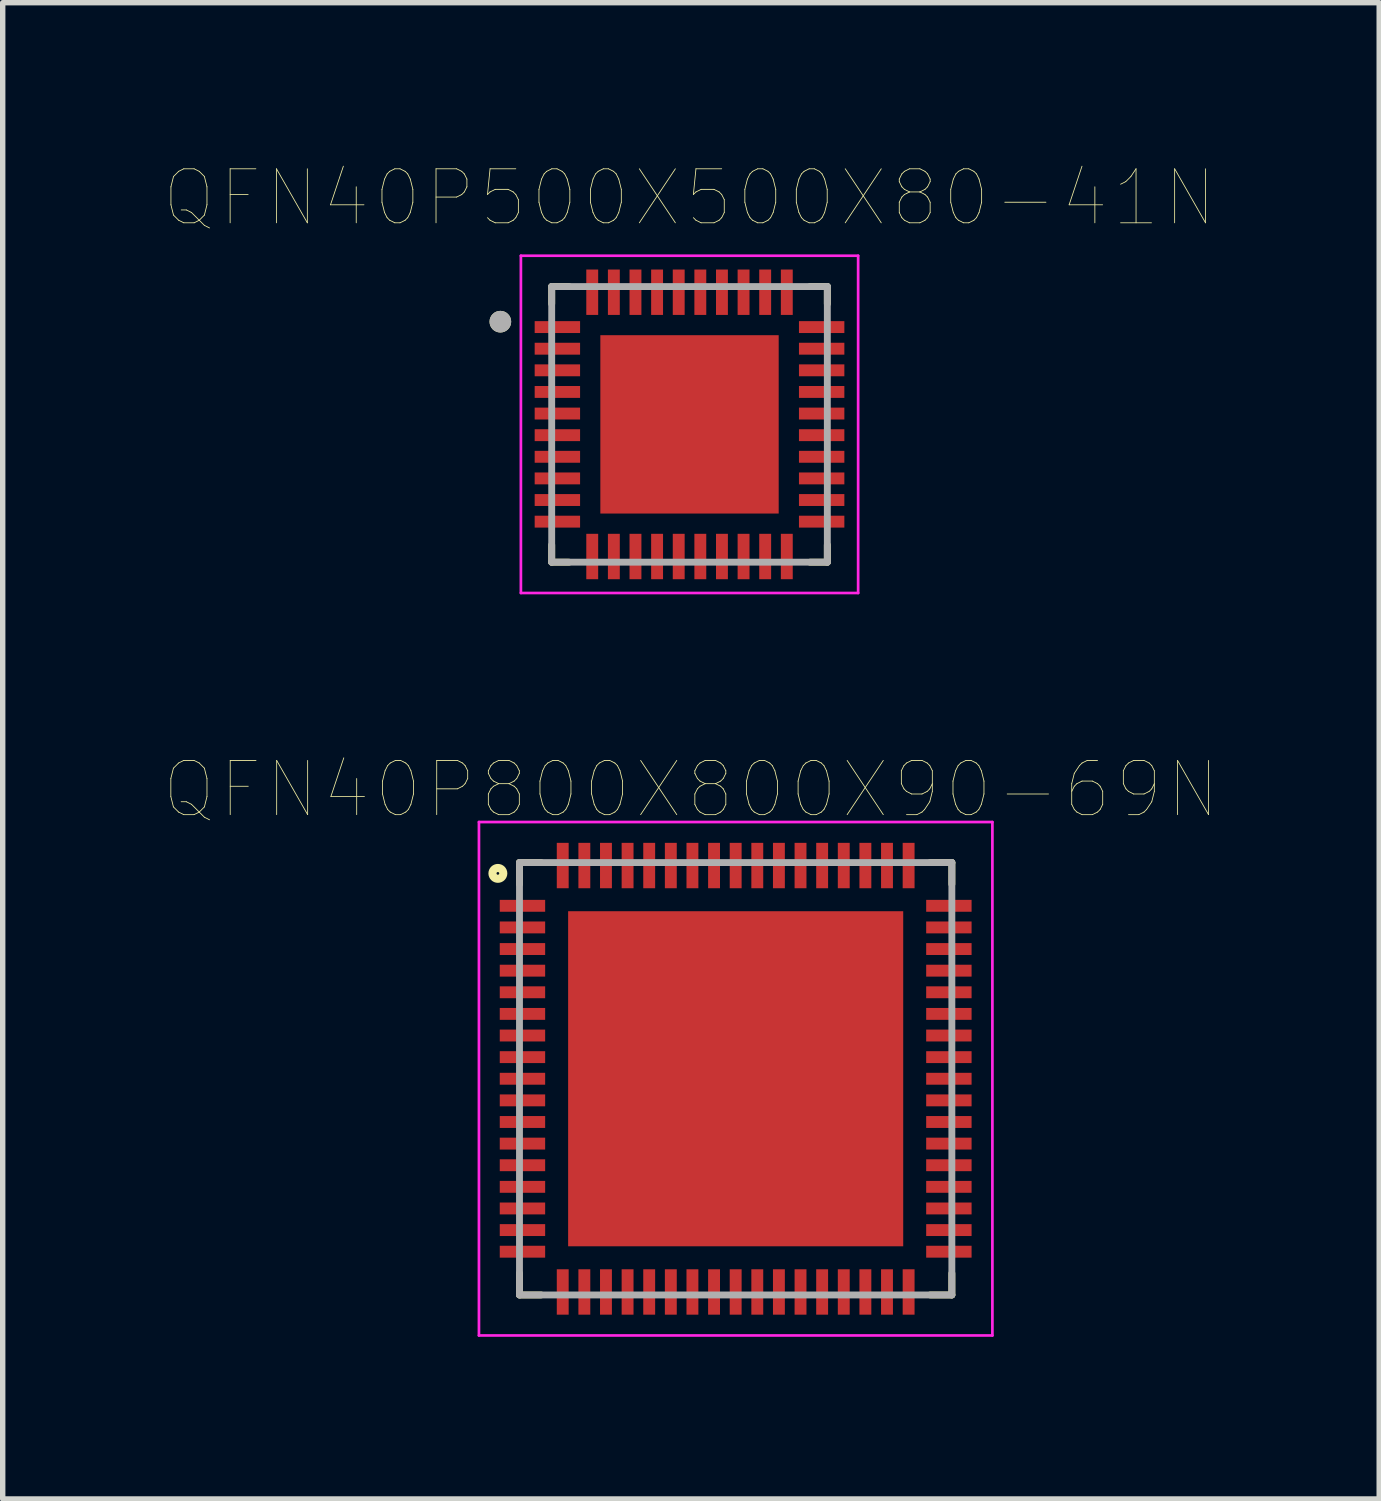
<source format=kicad_pcb>
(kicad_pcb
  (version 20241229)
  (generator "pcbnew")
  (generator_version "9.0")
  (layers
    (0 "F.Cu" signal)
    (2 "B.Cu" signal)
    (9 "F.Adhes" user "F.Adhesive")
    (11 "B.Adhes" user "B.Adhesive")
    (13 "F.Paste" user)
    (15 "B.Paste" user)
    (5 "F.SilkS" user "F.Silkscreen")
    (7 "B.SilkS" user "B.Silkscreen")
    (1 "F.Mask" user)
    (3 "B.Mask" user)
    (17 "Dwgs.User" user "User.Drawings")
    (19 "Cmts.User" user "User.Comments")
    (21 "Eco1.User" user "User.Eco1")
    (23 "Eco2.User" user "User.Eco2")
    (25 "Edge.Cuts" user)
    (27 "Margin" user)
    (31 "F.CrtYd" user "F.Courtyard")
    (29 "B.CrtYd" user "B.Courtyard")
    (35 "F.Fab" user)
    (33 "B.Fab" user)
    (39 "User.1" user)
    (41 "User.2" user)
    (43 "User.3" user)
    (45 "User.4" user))
  (footprint "QFN40P500X500X80-41N"
    (layer "F.Cu")
    (at 9.708 4.802)
    (property "Reference" "QFN40P500X500X80-41N" (at 0 -4.191 0) (layer "F.SilkS") (effects (font (size 1 1) (thickness 0.015))))
    (attr through_hole)
    (fp_line (start -2.55 -2.55) (end -2.55 -2.23) (stroke (width 0.127) (type solid)) (layer "F.SilkS"))
    (fp_line (start -2.55 2.23) (end -2.55 2.55) (stroke (width 0.127) (type solid)) (layer "F.SilkS"))
    (fp_line (start -2.55 2.55) (end -2.23 2.55) (stroke (width 0.127) (type solid)) (layer "F.SilkS"))
    (fp_line (start -2.23 -2.55) (end -2.55 -2.55) (stroke (width 0.127) (type solid)) (layer "F.SilkS"))
    (fp_line (start 2.23 -2.55) (end 2.55 -2.55) (stroke (width 0.127) (type solid)) (layer "F.SilkS"))
    (fp_line (start 2.23 2.55) (end 2.55 2.55) (stroke (width 0.127) (type solid)) (layer "F.SilkS"))
    (fp_line (start 2.55 -2.55) (end 2.55 -2.23) (stroke (width 0.127) (type solid)) (layer "F.SilkS"))
    (fp_line (start 2.55 2.55) (end 2.55 2.23) (stroke (width 0.127) (type solid)) (layer "F.SilkS"))
    (fp_circle (center -3.5 -1.9) (end -3.4 -1.9) (stroke (width 0.2) (type solid)) (fill no) (layer "F.SilkS"))
    (fp_poly (pts (xy -1.33 -1.33) (xy -0.16 -1.33) (xy -0.16 -0.16) (xy -1.33 -0.16)) (stroke (width 0.01) (type solid)) (fill yes) (layer "F.Paste"))
    (fp_poly (pts (xy -1.33 0.16) (xy -0.16 0.16) (xy -0.16 1.33) (xy -1.33 1.33)) (stroke (width 0.01) (type solid)) (fill yes) (layer "F.Paste"))
    (fp_poly (pts (xy 0.16 -1.33) (xy 1.33 -1.33) (xy 1.33 -0.16) (xy 0.16 -0.16)) (stroke (width 0.01) (type solid)) (fill yes) (layer "F.Paste"))
    (fp_poly (pts (xy 0.16 0.16) (xy 1.33 0.16) (xy 1.33 1.33) (xy 0.16 1.33)) (stroke (width 0.01) (type solid)) (fill yes) (layer "F.Paste"))
    (fp_line (start -3.12 -3.12) (end 3.12 -3.12) (stroke (width 0.05) (type solid)) (layer "F.CrtYd"))
    (fp_line (start -3.12 3.12) (end -3.12 -3.12) (stroke (width 0.05) (type solid)) (layer "F.CrtYd"))
    (fp_line (start 3.12 -3.12) (end 3.12 3.12) (stroke (width 0.05) (type solid)) (layer "F.CrtYd"))
    (fp_line (start 3.12 3.12) (end -3.12 3.12) (stroke (width 0.05) (type solid)) (layer "F.CrtYd"))
    (fp_line (start -2.55 -2.55) (end 2.55 -2.55) (stroke (width 0.127) (type solid)) (layer "F.Fab"))
    (fp_line (start -2.55 2.55) (end -2.55 -2.55) (stroke (width 0.127) (type solid)) (layer "F.Fab"))
    (fp_line (start 2.55 -2.55) (end 2.55 2.55) (stroke (width 0.127) (type solid)) (layer "F.Fab"))
    (fp_line (start 2.55 2.55) (end -2.55 2.55) (stroke (width 0.127) (type solid)) (layer "F.Fab"))
    (fp_circle (center -3.5 -1.9) (end -3.4 -1.9) (stroke (width 0.2) (type solid)) (fill no) (layer "F.Fab"))
    (pad "1" smd rect (at -2.445 -1.8) (size 0.84 0.22) (layers "F.Cu" "F.Mask" "F.Paste"))
    (pad "2" smd rect (at -2.445 -1.4) (size 0.84 0.22) (layers "F.Cu" "F.Mask" "F.Paste"))
    (pad "3" smd rect (at -2.445 -1) (size 0.84 0.22) (layers "F.Cu" "F.Mask" "F.Paste"))
    (pad "4" smd rect (at -2.445 -0.6) (size 0.84 0.22) (layers "F.Cu" "F.Mask" "F.Paste"))
    (pad "5" smd rect (at -2.445 -0.2) (size 0.84 0.22) (layers "F.Cu" "F.Mask" "F.Paste"))
    (pad "6" smd rect (at -2.445 0.2) (size 0.84 0.22) (layers "F.Cu" "F.Mask" "F.Paste"))
    (pad "7" smd rect (at -2.445 0.6) (size 0.84 0.22) (layers "F.Cu" "F.Mask" "F.Paste"))
    (pad "8" smd rect (at -2.445 1) (size 0.84 0.22) (layers "F.Cu" "F.Mask" "F.Paste"))
    (pad "9" smd rect (at -2.445 1.4) (size 0.84 0.22) (layers "F.Cu" "F.Mask" "F.Paste"))
    (pad "10" smd rect (at -2.445 1.8) (size 0.84 0.22) (layers "F.Cu" "F.Mask" "F.Paste"))
    (pad "11" smd rect (at -1.8 2.445) (size 0.22 0.84) (layers "F.Cu" "F.Mask" "F.Paste"))
    (pad "12" smd rect (at -1.4 2.445) (size 0.22 0.84) (layers "F.Cu" "F.Mask" "F.Paste"))
    (pad "13" smd rect (at -1 2.445) (size 0.22 0.84) (layers "F.Cu" "F.Mask" "F.Paste"))
    (pad "14" smd rect (at -0.6 2.445) (size 0.22 0.84) (layers "F.Cu" "F.Mask" "F.Paste"))
    (pad "15" smd rect (at -0.2 2.445) (size 0.22 0.84) (layers "F.Cu" "F.Mask" "F.Paste"))
    (pad "16" smd rect (at 0.2 2.445) (size 0.22 0.84) (layers "F.Cu" "F.Mask" "F.Paste"))
    (pad "17" smd rect (at 0.6 2.445) (size 0.22 0.84) (layers "F.Cu" "F.Mask" "F.Paste"))
    (pad "18" smd rect (at 1 2.445) (size 0.22 0.84) (layers "F.Cu" "F.Mask" "F.Paste"))
    (pad "19" smd rect (at 1.4 2.445) (size 0.22 0.84) (layers "F.Cu" "F.Mask" "F.Paste"))
    (pad "20" smd rect (at 1.8 2.445) (size 0.22 0.84) (layers "F.Cu" "F.Mask" "F.Paste"))
    (pad "21" smd rect (at 2.445 1.8) (size 0.84 0.22) (layers "F.Cu" "F.Mask" "F.Paste"))
    (pad "22" smd rect (at 2.445 1.4) (size 0.84 0.22) (layers "F.Cu" "F.Mask" "F.Paste"))
    (pad "23" smd rect (at 2.445 1) (size 0.84 0.22) (layers "F.Cu" "F.Mask" "F.Paste"))
    (pad "24" smd rect (at 2.445 0.6) (size 0.84 0.22) (layers "F.Cu" "F.Mask" "F.Paste"))
    (pad "25" smd rect (at 2.445 0.2) (size 0.84 0.22) (layers "F.Cu" "F.Mask" "F.Paste"))
    (pad "26" smd rect (at 2.445 -0.2) (size 0.84 0.22) (layers "F.Cu" "F.Mask" "F.Paste"))
    (pad "27" smd rect (at 2.445 -0.6) (size 0.84 0.22) (layers "F.Cu" "F.Mask" "F.Paste"))
    (pad "28" smd rect (at 2.445 -1) (size 0.84 0.22) (layers "F.Cu" "F.Mask" "F.Paste"))
    (pad "29" smd rect (at 2.445 -1.4) (size 0.84 0.22) (layers "F.Cu" "F.Mask" "F.Paste"))
    (pad "30" smd rect (at 2.445 -1.8) (size 0.84 0.22) (layers "F.Cu" "F.Mask" "F.Paste"))
    (pad "31" smd rect (at 1.8 -2.445) (size 0.22 0.84) (layers "F.Cu" "F.Mask" "F.Paste"))
    (pad "32" smd rect (at 1.4 -2.445) (size 0.22 0.84) (layers "F.Cu" "F.Mask" "F.Paste"))
    (pad "33" smd rect (at 1 -2.445) (size 0.22 0.84) (layers "F.Cu" "F.Mask" "F.Paste"))
    (pad "34" smd rect (at 0.6 -2.445) (size 0.22 0.84) (layers "F.Cu" "F.Mask" "F.Paste"))
    (pad "35" smd rect (at 0.2 -2.445) (size 0.22 0.84) (layers "F.Cu" "F.Mask" "F.Paste"))
    (pad "36" smd rect (at -0.2 -2.445) (size 0.22 0.84) (layers "F.Cu" "F.Mask" "F.Paste"))
    (pad "37" smd rect (at -0.6 -2.445) (size 0.22 0.84) (layers "F.Cu" "F.Mask" "F.Paste"))
    (pad "38" smd rect (at -1 -2.445) (size 0.22 0.84) (layers "F.Cu" "F.Mask" "F.Paste"))
    (pad "39" smd rect (at -1.4 -2.445) (size 0.22 0.84) (layers "F.Cu" "F.Mask" "F.Paste"))
    (pad "40" smd rect (at -1.8 -2.445) (size 0.22 0.84) (layers "F.Cu" "F.Mask" "F.Paste"))
    (pad "41" smd rect (at 0 0) (size 3.3 3.3) (layers "F.Cu" "F.Mask")))
  (footprint "QFN40P800X800X90-69N"
    (layer "F.Cu")
    (at 10.562 16.91)
    (property "Reference" "QFN40P800X800X90-69N" (at -0.827 -5.35 0) (layer "F.SilkS") (effects (font (size 1.003 1.003) (thickness 0.015))))
    (attr through_hole)
    (fp_line (start -4 -4) (end -4 -3.6) (stroke (width 0.127) (type solid)) (layer "F.SilkS"))
    (fp_line (start -4 -4) (end -3.6 -4) (stroke (width 0.127) (type solid)) (layer "F.SilkS"))
    (fp_line (start -4 4) (end -4 3.6) (stroke (width 0.127) (type solid)) (layer "F.SilkS"))
    (fp_line (start -4 4) (end -3.6 4) (stroke (width 0.127) (type solid)) (layer "F.SilkS"))
    (fp_line (start 4 -4) (end 3.6 -4) (stroke (width 0.127) (type solid)) (layer "F.SilkS"))
    (fp_line (start 4 -4) (end 4 -3.6) (stroke (width 0.127) (type solid)) (layer "F.SilkS"))
    (fp_line (start 4 4) (end 3.6 4) (stroke (width 0.127) (type solid)) (layer "F.SilkS"))
    (fp_line (start 4 4) (end 4 3.6) (stroke (width 0.127) (type solid)) (layer "F.SilkS"))
    (fp_circle (center -4.4 -3.8) (end -4.3 -3.8) (stroke (width 0.15) (type solid)) (fill no) (layer "F.SilkS"))
    (fp_poly (pts (xy -2.806 -0.73) (xy -1.34 -0.73) (xy -1.34 0.732) (xy -2.806 0.732)) (stroke (width 0.01) (type solid)) (fill yes) (layer "F.Paste"))
    (fp_poly (pts (xy -2.806 -2.8) (xy -1.34 -2.8) (xy -1.34 -1.343) (xy -2.806 -1.343)) (stroke (width 0.01) (type solid)) (fill yes) (layer "F.Paste"))
    (fp_poly (pts (xy -2.803 1.34) (xy -1.34 1.34) (xy -1.34 2.803) (xy -2.803 2.803)) (stroke (width 0.01) (type solid)) (fill yes) (layer "F.Paste"))
    (fp_poly (pts (xy -0.732 1.34) (xy 0.73 1.34) (xy 0.73 2.807) (xy -0.732 2.807)) (stroke (width 0.01) (type solid)) (fill yes) (layer "F.Paste"))
    (fp_poly (pts (xy -0.731 -0.73) (xy 0.73 -0.73) (xy 0.73 0.731) (xy -0.731 0.731)) (stroke (width 0.01) (type solid)) (fill yes) (layer "F.Paste"))
    (fp_poly (pts (xy -0.731 -2.8) (xy 0.73 -2.8) (xy 0.73 -1.342) (xy -0.731 -1.342)) (stroke (width 0.01) (type solid)) (fill yes) (layer "F.Paste"))
    (fp_poly (pts (xy 1.341 -0.73) (xy 2.8 -0.73) (xy 2.8 0.731) (xy 1.341 0.731)) (stroke (width 0.01) (type solid)) (fill yes) (layer "F.Paste"))
    (fp_poly (pts (xy 1.343 -2.8) (xy 2.8 -2.8) (xy 2.8 -1.343) (xy 1.343 -1.343)) (stroke (width 0.01) (type solid)) (fill yes) (layer "F.Paste"))
    (fp_poly (pts (xy 1.343 1.34) (xy 2.8 1.34) (xy 2.8 2.806) (xy 1.343 2.806)) (stroke (width 0.01) (type solid)) (fill yes) (layer "F.Paste"))
    (fp_poly (pts (xy 1.343 -0.73) (xy 2.8 -0.73) (xy 2.8 0.732) (xy 1.343 0.732)) (stroke (width 0.01) (type solid)) (fill yes) (layer "F.Paste"))
    (fp_line (start -4.75 -4.75) (end -4.75 4.75) (stroke (width 0.05) (type solid)) (layer "F.CrtYd"))
    (fp_line (start -4.75 4.75) (end 4.75 4.75) (stroke (width 0.05) (type solid)) (layer "F.CrtYd"))
    (fp_line (start 4.75 -4.75) (end -4.75 -4.75) (stroke (width 0.05) (type solid)) (layer "F.CrtYd"))
    (fp_line (start 4.75 4.75) (end 4.75 -4.75) (stroke (width 0.05) (type solid)) (layer "F.CrtYd"))
    (fp_line (start -4 -4) (end 4 -4) (stroke (width 0.127) (type solid)) (layer "F.Fab"))
    (fp_line (start -4 4) (end -4 -4) (stroke (width 0.127) (type solid)) (layer "F.Fab"))
    (fp_line (start 4 -4) (end 4 4) (stroke (width 0.127) (type solid)) (layer "F.Fab"))
    (fp_line (start 4 4) (end -4 4) (stroke (width 0.127) (type solid)) (layer "F.Fab"))
    (pad "1" smd rect (at -3.945 -3.2) (size 0.84 0.22) (layers "F.Cu" "F.Mask" "F.Paste"))
    (pad "2" smd rect (at -3.945 -2.8) (size 0.84 0.22) (layers "F.Cu" "F.Mask" "F.Paste"))
    (pad "3" smd rect (at -3.945 -2.4) (size 0.84 0.22) (layers "F.Cu" "F.Mask" "F.Paste"))
    (pad "4" smd rect (at -3.945 -2) (size 0.84 0.22) (layers "F.Cu" "F.Mask" "F.Paste"))
    (pad "5" smd rect (at -3.945 -1.6) (size 0.84 0.22) (layers "F.Cu" "F.Mask" "F.Paste"))
    (pad "6" smd rect (at -3.945 -1.2) (size 0.84 0.22) (layers "F.Cu" "F.Mask" "F.Paste"))
    (pad "7" smd rect (at -3.945 -0.8) (size 0.84 0.22) (layers "F.Cu" "F.Mask" "F.Paste"))
    (pad "8" smd rect (at -3.945 -0.4) (size 0.84 0.22) (layers "F.Cu" "F.Mask" "F.Paste"))
    (pad "9" smd rect (at -3.945 0) (size 0.84 0.22) (layers "F.Cu" "F.Mask" "F.Paste"))
    (pad "10" smd rect (at -3.945 0.4) (size 0.84 0.22) (layers "F.Cu" "F.Mask" "F.Paste"))
    (pad "11" smd rect (at -3.945 0.8) (size 0.84 0.22) (layers "F.Cu" "F.Mask" "F.Paste"))
    (pad "12" smd rect (at -3.945 1.2) (size 0.84 0.22) (layers "F.Cu" "F.Mask" "F.Paste"))
    (pad "13" smd rect (at -3.945 1.6) (size 0.84 0.22) (layers "F.Cu" "F.Mask" "F.Paste"))
    (pad "14" smd rect (at -3.945 2) (size 0.84 0.22) (layers "F.Cu" "F.Mask" "F.Paste"))
    (pad "15" smd rect (at -3.945 2.4) (size 0.84 0.22) (layers "F.Cu" "F.Mask" "F.Paste"))
    (pad "16" smd rect (at -3.945 2.8) (size 0.84 0.22) (layers "F.Cu" "F.Mask" "F.Paste"))
    (pad "17" smd rect (at -3.945 3.2) (size 0.84 0.22) (layers "F.Cu" "F.Mask" "F.Paste"))
    (pad "18" smd rect (at -3.2 3.945) (size 0.22 0.84) (layers "F.Cu" "F.Mask" "F.Paste"))
    (pad "19" smd rect (at -2.8 3.945) (size 0.22 0.84) (layers "F.Cu" "F.Mask" "F.Paste"))
    (pad "20" smd rect (at -2.4 3.945) (size 0.22 0.84) (layers "F.Cu" "F.Mask" "F.Paste"))
    (pad "21" smd rect (at -2 3.945) (size 0.22 0.84) (layers "F.Cu" "F.Mask" "F.Paste"))
    (pad "22" smd rect (at -1.6 3.945) (size 0.22 0.84) (layers "F.Cu" "F.Mask" "F.Paste"))
    (pad "23" smd rect (at -1.2 3.945) (size 0.22 0.84) (layers "F.Cu" "F.Mask" "F.Paste"))
    (pad "24" smd rect (at -0.8 3.945) (size 0.22 0.84) (layers "F.Cu" "F.Mask" "F.Paste"))
    (pad "25" smd rect (at -0.4 3.945) (size 0.22 0.84) (layers "F.Cu" "F.Mask" "F.Paste"))
    (pad "26" smd rect (at 0 3.945) (size 0.22 0.84) (layers "F.Cu" "F.Mask" "F.Paste"))
    (pad "27" smd rect (at 0.4 3.945) (size 0.22 0.84) (layers "F.Cu" "F.Mask" "F.Paste"))
    (pad "28" smd rect (at 0.8 3.945) (size 0.22 0.84) (layers "F.Cu" "F.Mask" "F.Paste"))
    (pad "29" smd rect (at 1.2 3.945) (size 0.22 0.84) (layers "F.Cu" "F.Mask" "F.Paste"))
    (pad "30" smd rect (at 1.6 3.945) (size 0.22 0.84) (layers "F.Cu" "F.Mask" "F.Paste"))
    (pad "31" smd rect (at 2 3.945) (size 0.22 0.84) (layers "F.Cu" "F.Mask" "F.Paste"))
    (pad "32" smd rect (at 2.4 3.945) (size 0.22 0.84) (layers "F.Cu" "F.Mask" "F.Paste"))
    (pad "33" smd rect (at 2.8 3.945) (size 0.22 0.84) (layers "F.Cu" "F.Mask" "F.Paste"))
    (pad "34" smd rect (at 3.2 3.945) (size 0.22 0.84) (layers "F.Cu" "F.Mask" "F.Paste"))
    (pad "35" smd rect (at 3.945 3.2) (size 0.84 0.22) (layers "F.Cu" "F.Mask" "F.Paste"))
    (pad "36" smd rect (at 3.945 2.8) (size 0.84 0.22) (layers "F.Cu" "F.Mask" "F.Paste"))
    (pad "37" smd rect (at 3.945 2.4) (size 0.84 0.22) (layers "F.Cu" "F.Mask" "F.Paste"))
    (pad "38" smd rect (at 3.945 2) (size 0.84 0.22) (layers "F.Cu" "F.Mask" "F.Paste"))
    (pad "39" smd rect (at 3.945 1.6) (size 0.84 0.22) (layers "F.Cu" "F.Mask" "F.Paste"))
    (pad "40" smd rect (at 3.945 1.2) (size 0.84 0.22) (layers "F.Cu" "F.Mask" "F.Paste"))
    (pad "41" smd rect (at 3.945 0.8) (size 0.84 0.22) (layers "F.Cu" "F.Mask" "F.Paste"))
    (pad "42" smd rect (at 3.945 0.4) (size 0.84 0.22) (layers "F.Cu" "F.Mask" "F.Paste"))
    (pad "43" smd rect (at 3.945 0) (size 0.84 0.22) (layers "F.Cu" "F.Mask" "F.Paste"))
    (pad "44" smd rect (at 3.945 -0.4) (size 0.84 0.22) (layers "F.Cu" "F.Mask" "F.Paste"))
    (pad "45" smd rect (at 3.945 -0.8) (size 0.84 0.22) (layers "F.Cu" "F.Mask" "F.Paste"))
    (pad "46" smd rect (at 3.945 -1.2) (size 0.84 0.22) (layers "F.Cu" "F.Mask" "F.Paste"))
    (pad "47" smd rect (at 3.945 -1.6) (size 0.84 0.22) (layers "F.Cu" "F.Mask" "F.Paste"))
    (pad "48" smd rect (at 3.945 -2) (size 0.84 0.22) (layers "F.Cu" "F.Mask" "F.Paste"))
    (pad "49" smd rect (at 3.945 -2.4) (size 0.84 0.22) (layers "F.Cu" "F.Mask" "F.Paste"))
    (pad "50" smd rect (at 3.945 -2.8) (size 0.84 0.22) (layers "F.Cu" "F.Mask" "F.Paste"))
    (pad "51" smd rect (at 3.945 -3.2) (size 0.84 0.22) (layers "F.Cu" "F.Mask" "F.Paste"))
    (pad "52" smd rect (at 3.2 -3.945) (size 0.22 0.84) (layers "F.Cu" "F.Mask" "F.Paste"))
    (pad "53" smd rect (at 2.8 -3.945) (size 0.22 0.84) (layers "F.Cu" "F.Mask" "F.Paste"))
    (pad "54" smd rect (at 2.4 -3.945) (size 0.22 0.84) (layers "F.Cu" "F.Mask" "F.Paste"))
    (pad "55" smd rect (at 2 -3.945) (size 0.22 0.84) (layers "F.Cu" "F.Mask" "F.Paste"))
    (pad "56" smd rect (at 1.6 -3.945) (size 0.22 0.84) (layers "F.Cu" "F.Mask" "F.Paste"))
    (pad "57" smd rect (at 1.2 -3.945) (size 0.22 0.84) (layers "F.Cu" "F.Mask" "F.Paste"))
    (pad "58" smd rect (at 0.8 -3.945) (size 0.22 0.84) (layers "F.Cu" "F.Mask" "F.Paste"))
    (pad "59" smd rect (at 0.4 -3.945) (size 0.22 0.84) (layers "F.Cu" "F.Mask" "F.Paste"))
    (pad "60" smd rect (at 0 -3.945) (size 0.22 0.84) (layers "F.Cu" "F.Mask" "F.Paste"))
    (pad "61" smd rect (at -0.4 -3.945) (size 0.22 0.84) (layers "F.Cu" "F.Mask" "F.Paste"))
    (pad "62" smd rect (at -0.8 -3.945) (size 0.22 0.84) (layers "F.Cu" "F.Mask" "F.Paste"))
    (pad "63" smd rect (at -1.2 -3.945) (size 0.22 0.84) (layers "F.Cu" "F.Mask" "F.Paste"))
    (pad "64" smd rect (at -1.6 -3.945) (size 0.22 0.84) (layers "F.Cu" "F.Mask" "F.Paste"))
    (pad "65" smd rect (at -2 -3.945) (size 0.22 0.84) (layers "F.Cu" "F.Mask" "F.Paste"))
    (pad "66" smd rect (at -2.4 -3.945) (size 0.22 0.84) (layers "F.Cu" "F.Mask" "F.Paste"))
    (pad "67" smd rect (at -2.8 -3.945) (size 0.22 0.84) (layers "F.Cu" "F.Mask" "F.Paste"))
    (pad "68" smd rect (at -3.2 -3.945) (size 0.22 0.84) (layers "F.Cu" "F.Mask" "F.Paste"))
    (pad "69" smd rect (at 0 0) (size 6.2 6.2) (layers "F.Cu" "F.Mask")))
  (gr_rect
    (start -3 -3)
    (end 22.469 24.685)
    (stroke (width 0.1) (type default))
    (fill no)
    (layer "Edge.Cuts")))
</source>
